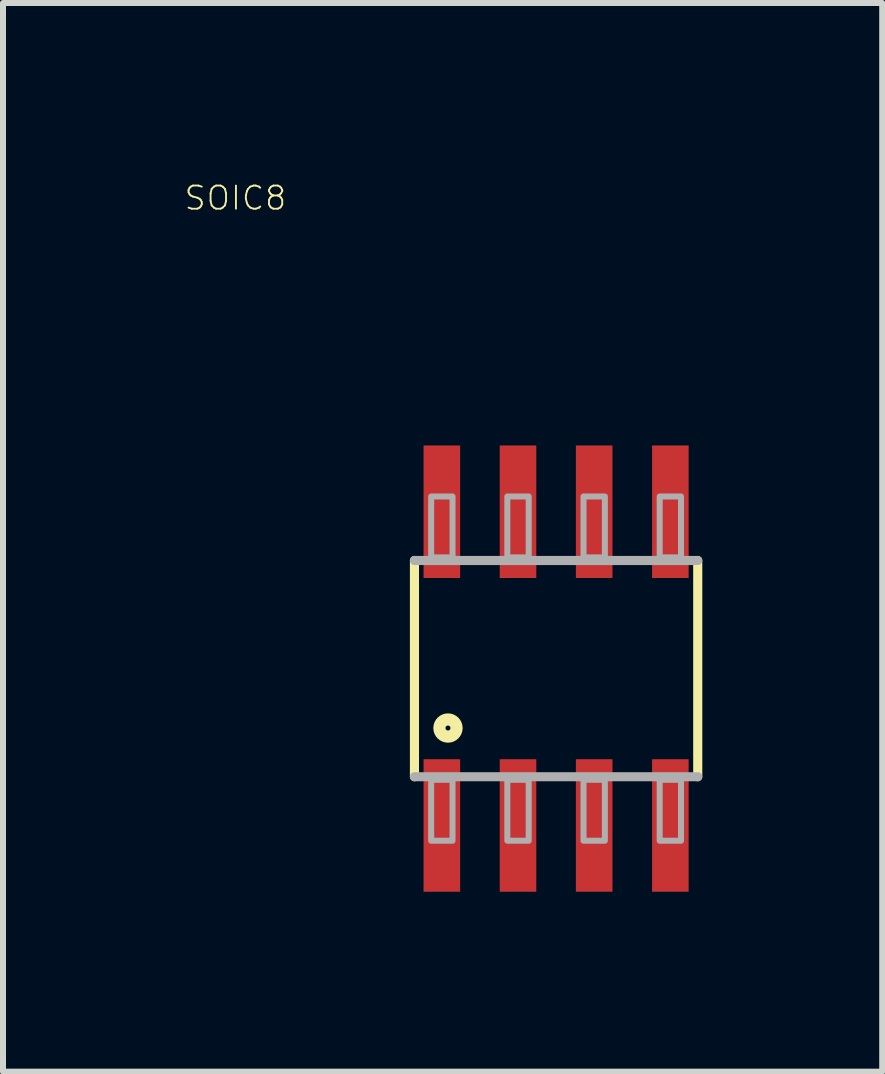
<source format=kicad_pcb>
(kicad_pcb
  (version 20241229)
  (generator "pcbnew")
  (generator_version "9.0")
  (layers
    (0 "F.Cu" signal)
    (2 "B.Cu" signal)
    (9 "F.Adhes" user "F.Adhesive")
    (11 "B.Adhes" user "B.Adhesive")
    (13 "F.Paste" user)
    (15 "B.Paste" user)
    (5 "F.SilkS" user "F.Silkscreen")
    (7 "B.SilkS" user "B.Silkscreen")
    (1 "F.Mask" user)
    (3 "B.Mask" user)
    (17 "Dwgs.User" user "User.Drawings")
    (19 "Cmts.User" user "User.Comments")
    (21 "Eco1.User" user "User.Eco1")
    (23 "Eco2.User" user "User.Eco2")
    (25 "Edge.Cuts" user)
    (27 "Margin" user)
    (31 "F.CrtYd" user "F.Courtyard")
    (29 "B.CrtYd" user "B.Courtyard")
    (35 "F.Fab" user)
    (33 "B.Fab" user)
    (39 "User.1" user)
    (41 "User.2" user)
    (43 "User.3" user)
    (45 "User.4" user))
  (footprint "SOIC8"
    (layer "F.Cu")
    (at 6.223 8.099)
    (property "Reference" "SOIC8" (at -6.223 -7.62 180) (layer "F.SilkS") (effects (font (size 0.386 0.386) (thickness 0.031)) (justify left bottom)))
    (attr through_hole)
    (fp_line (start -2.362 -1.803) (end -2.362 1.803) (stroke (width 0.152) (type solid)) (layer "F.SilkS"))
    (fp_line (start 2.362 1.803) (end 2.362 -1.803) (stroke (width 0.152) (type solid)) (layer "F.SilkS"))
    (fp_circle (center -1.803 0.991) (end -1.66 0.991) (stroke (width 0.203) (type solid)) (fill no) (layer "F.SilkS"))
    (fp_line (start -2.362 1.803) (end 2.362 1.803) (stroke (width 0.152) (type solid)) (layer "F.Fab"))
    (fp_line (start 2.362 -1.803) (end -2.362 -1.803) (stroke (width 0.152) (type solid)) (layer "F.Fab"))
    (fp_poly (pts (xy -2.083 -1.854) (xy -1.727 -1.854) (xy -1.727 -2.87) (xy -2.083 -2.87)) (stroke (width 0.1) (type solid)) (fill no) (layer "F.Fab"))
    (fp_poly (pts (xy -2.083 2.87) (xy -1.727 2.87) (xy -1.727 1.854) (xy -2.083 1.854)) (stroke (width 0.1) (type solid)) (fill no) (layer "F.Fab"))
    (fp_poly (pts (xy -0.813 -1.854) (xy -0.457 -1.854) (xy -0.457 -2.87) (xy -0.813 -2.87)) (stroke (width 0.1) (type solid)) (fill no) (layer "F.Fab"))
    (fp_poly (pts (xy -0.813 2.87) (xy -0.457 2.87) (xy -0.457 1.854) (xy -0.813 1.854)) (stroke (width 0.1) (type solid)) (fill no) (layer "F.Fab"))
    (fp_poly (pts (xy 0.457 -1.854) (xy 0.813 -1.854) (xy 0.813 -2.87) (xy 0.457 -2.87)) (stroke (width 0.1) (type solid)) (fill no) (layer "F.Fab"))
    (fp_poly (pts (xy 0.457 2.87) (xy 0.813 2.87) (xy 0.813 1.854) (xy 0.457 1.854)) (stroke (width 0.1) (type solid)) (fill no) (layer "F.Fab"))
    (fp_poly (pts (xy 1.727 -1.854) (xy 2.083 -1.854) (xy 2.083 -2.87) (xy 1.727 -2.87)) (stroke (width 0.1) (type solid)) (fill no) (layer "F.Fab"))
    (fp_poly (pts (xy 1.727 2.87) (xy 2.083 2.87) (xy 2.083 1.854) (xy 1.727 1.854)) (stroke (width 0.1) (type solid)) (fill no) (layer "F.Fab"))
    (pad "1" smd rect (at -1.905 2.616) (size 0.61 2.21) (layers "F.Cu" "F.Mask" "F.Paste"))
    (pad "2" smd rect (at -0.635 2.616) (size 0.61 2.21) (layers "F.Cu" "F.Mask" "F.Paste"))
    (pad "3" smd rect (at 0.635 2.616) (size 0.61 2.21) (layers "F.Cu" "F.Mask" "F.Paste"))
    (pad "4" smd rect (at 1.905 2.616) (size 0.61 2.21) (layers "F.Cu" "F.Mask" "F.Paste"))
    (pad "5" smd rect (at 1.905 -2.616) (size 0.61 2.21) (layers "F.Cu" "F.Mask" "F.Paste"))
    (pad "6" smd rect (at 0.635 -2.616) (size 0.61 2.21) (layers "F.Cu" "F.Mask" "F.Paste"))
    (pad "7" smd rect (at -0.635 -2.616) (size 0.61 2.21) (layers "F.Cu" "F.Mask" "F.Paste"))
    (pad "8" smd rect (at -1.905 -2.616) (size 0.61 2.21) (layers "F.Cu" "F.Mask" "F.Paste")))
  (gr_rect
    (start -3 -3)
    (end 11.661 14.82)
    (stroke (width 0.1) (type default))
    (fill no)
    (layer "Edge.Cuts")))
</source>
